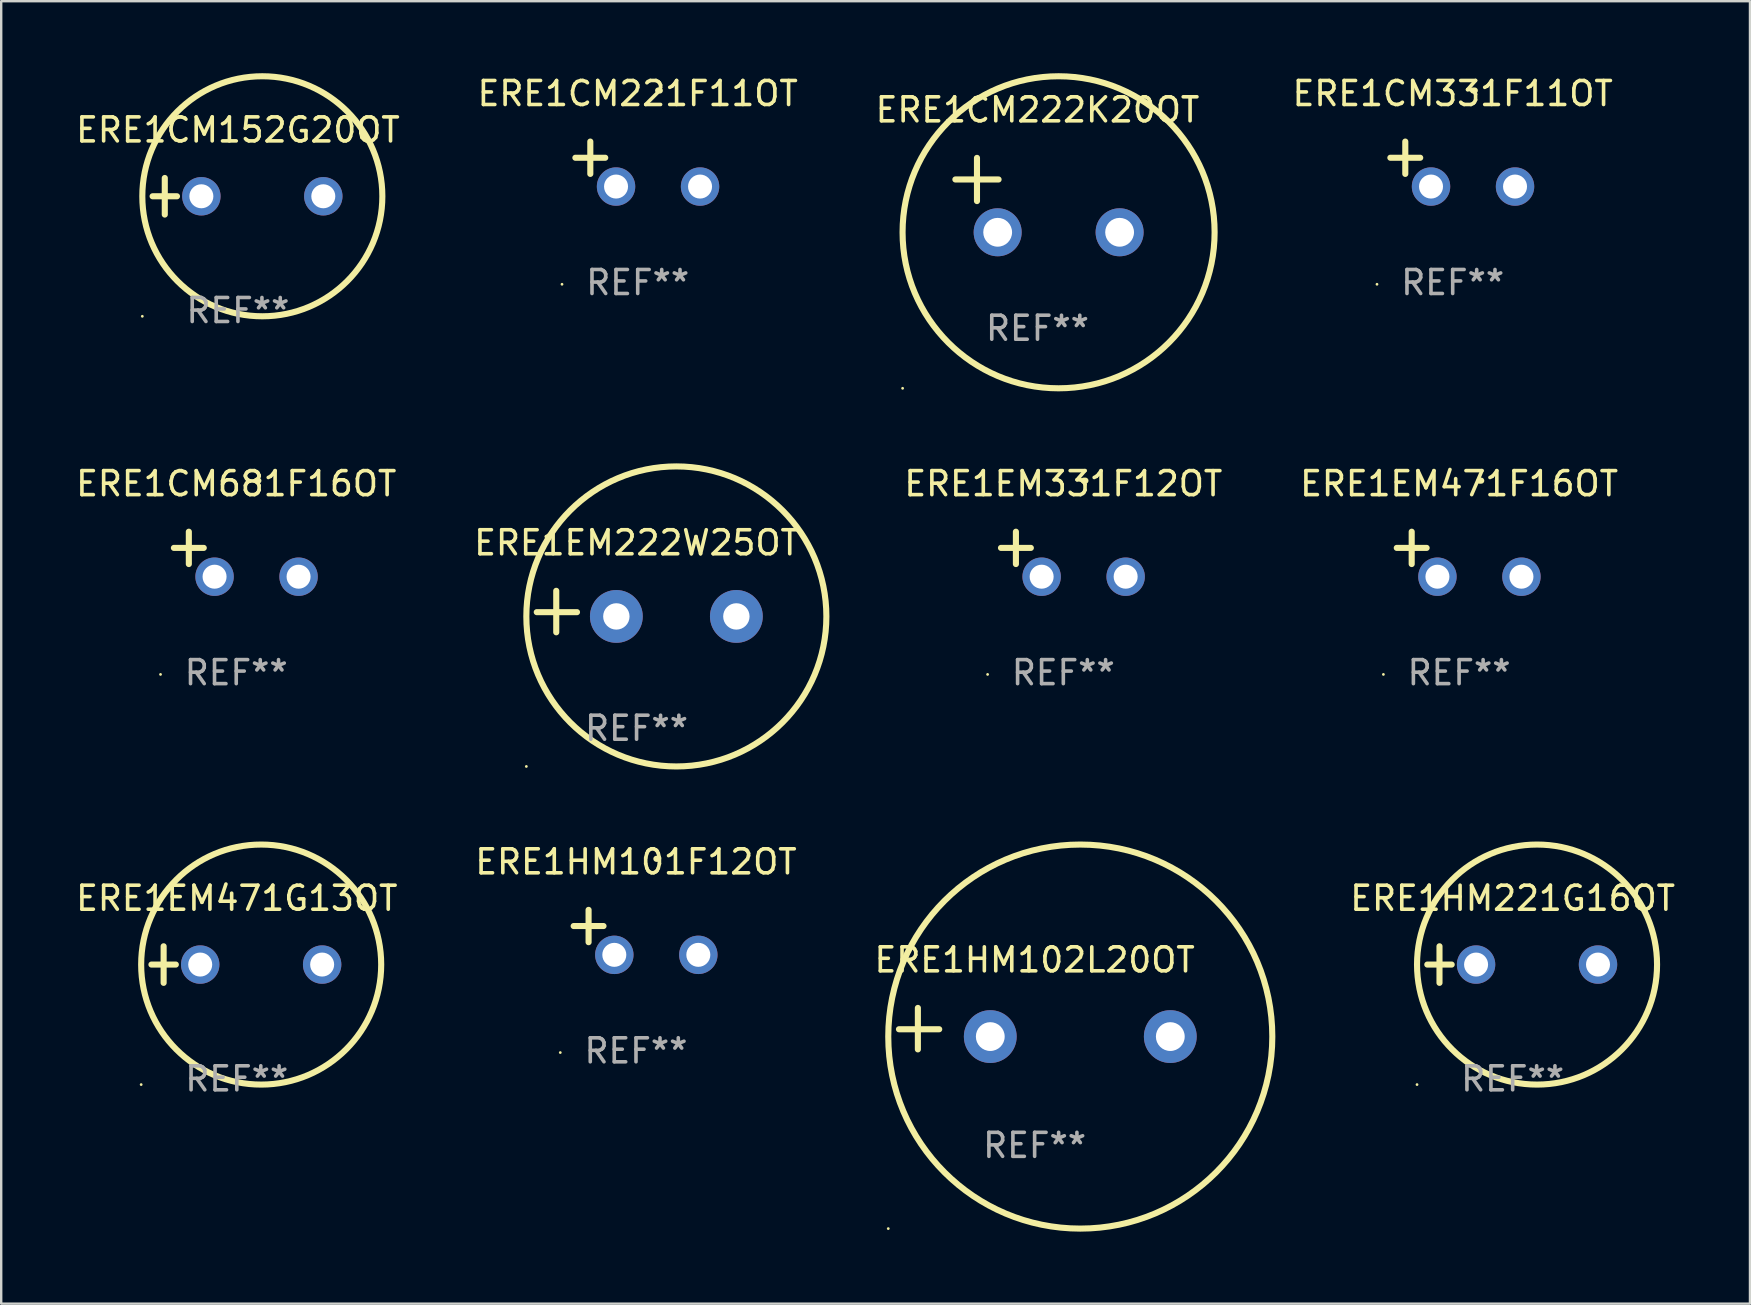
<source format=kicad_pcb>
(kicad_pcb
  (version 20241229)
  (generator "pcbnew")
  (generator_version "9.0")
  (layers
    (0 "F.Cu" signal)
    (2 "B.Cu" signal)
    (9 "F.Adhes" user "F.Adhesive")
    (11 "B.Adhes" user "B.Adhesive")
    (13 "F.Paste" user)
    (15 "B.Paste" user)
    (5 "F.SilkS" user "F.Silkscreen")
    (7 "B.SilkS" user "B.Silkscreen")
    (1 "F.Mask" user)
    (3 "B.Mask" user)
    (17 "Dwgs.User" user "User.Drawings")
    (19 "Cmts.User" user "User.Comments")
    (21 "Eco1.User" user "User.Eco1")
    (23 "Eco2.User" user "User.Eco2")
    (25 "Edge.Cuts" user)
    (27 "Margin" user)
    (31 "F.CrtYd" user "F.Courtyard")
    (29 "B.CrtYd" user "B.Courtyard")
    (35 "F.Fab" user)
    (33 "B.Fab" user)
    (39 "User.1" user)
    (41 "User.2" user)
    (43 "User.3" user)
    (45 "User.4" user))
  (footprint "ERE1CM331F11OT"
    (layer "F.Cu")
    (at 57.471 3.785)
    (property "Reference" "ERE1CM331F11OT" (at 0 -2.937 0) (layer "F.SilkS") (effects (font (size 1 1) (thickness 0.15))))
    (attr through_hole)
    (fp_line (start -1.975 0.41) (end -1.975 -0.937) (stroke (width 0.254) (type solid)) (layer "F.SilkS"))
    (fp_line (start -1.353 -0.263) (end -2.597 -0.263) (stroke (width 0.254) (type solid)) (layer "F.SilkS"))
    (fp_arc (start 0.849809 -3.063957) (mid 0.885369 -3.064114) (end 0.920929 -3.063957) (stroke (width 0.254001) (type solid)) (layer "F.SilkS"))
    (fp_circle (center -3.154 5.008) (end -3.124 5.008) (stroke (width 0.06) (type solid)) (fill no) (layer "F.SilkS"))
    (fp_text user "REF**" (at 0 4.937 0) (layer "F.Fab") (effects (font (size 1 1) (thickness 0.15))))
    (pad "1" thru_hole circle (at -0.903 0.937) (size 1.6 1.6) (drill 1) (layers "*.Cu" "*.Mask"))
    (pad "2" thru_hole circle (at 2.597 0.937) (size 1.6 1.6) (drill 1) (layers "*.Cu" "*.Mask")))
  (footprint "ERE1HM101F12OT"
    (layer "F.Cu")
    (at 23.446 35.793)
    (property "Reference" "ERE1HM101F12OT" (at 0 -2.937 0) (layer "F.SilkS") (effects (font (size 1 1) (thickness 0.15))))
    (attr through_hole)
    (fp_line (start -1.975 0.41) (end -1.975 -0.937) (stroke (width 0.254) (type solid)) (layer "F.SilkS"))
    (fp_line (start -1.353 -0.263) (end -2.597 -0.263) (stroke (width 0.254) (type solid)) (layer "F.SilkS"))
    (fp_arc (start 0.849809 -3.063957) (mid 0.885369 -3.064114) (end 0.920929 -3.063957) (stroke (width 0.254001) (type solid)) (layer "F.SilkS"))
    (fp_circle (center -3.154 5.008) (end -3.124 5.008) (stroke (width 0.06) (type solid)) (fill no) (layer "F.SilkS"))
    (fp_text user "REF**" (at 0 4.937 0) (layer "F.Fab") (effects (font (size 1 1) (thickness 0.15))))
    (pad "1" thru_hole circle (at -0.903 0.937) (size 1.6 1.6) (drill 1) (layers "*.Cu" "*.Mask"))
    (pad "2" thru_hole circle (at 2.597 0.937) (size 1.6 1.6) (drill 1) (layers "*.Cu" "*.Mask")))
  (footprint "ERE1CM221F11OT"
    (layer "F.Cu")
    (at 23.518 3.785)
    (property "Reference" "ERE1CM221F11OT" (at 0 -2.937 0) (layer "F.SilkS") (effects (font (size 1 1) (thickness 0.15))))
    (attr through_hole)
    (fp_line (start -1.975 0.41) (end -1.975 -0.937) (stroke (width 0.254) (type solid)) (layer "F.SilkS"))
    (fp_line (start -1.353 -0.263) (end -2.597 -0.263) (stroke (width 0.254) (type solid)) (layer "F.SilkS"))
    (fp_arc (start 0.849809 -3.063957) (mid 0.885369 -3.064114) (end 0.920929 -3.063957) (stroke (width 0.254001) (type solid)) (layer "F.SilkS"))
    (fp_circle (center -3.154 5.008) (end -3.124 5.008) (stroke (width 0.06) (type solid)) (fill no) (layer "F.SilkS"))
    (fp_text user "REF**" (at 0 4.937 0) (layer "F.Fab") (effects (font (size 1 1) (thickness 0.15))))
    (pad "1" thru_hole circle (at -0.903 0.937) (size 1.6 1.6) (drill 1) (layers "*.Cu" "*.Mask"))
    (pad "2" thru_hole circle (at 2.597 0.937) (size 1.6 1.6) (drill 1) (layers "*.Cu" "*.Mask")))
  (footprint "ERE1CM222K20OT"
    (layer "F.Cu")
    (at 40.173 5.077)
    (property "Reference" "ERE1CM222K20OT" (at 0 -3.55 0) (layer "F.SilkS") (effects (font (size 1 1) (thickness 0.15))))
    (attr through_hole)
    (fp_line (start -3.421 -0.65) (end -1.621 -0.65) (stroke (width 0.254) (type solid)) (layer "F.SilkS"))
    (fp_line (start -2.521 -1.55) (end -2.521 0.25) (stroke (width 0.254) (type solid)) (layer "F.SilkS"))
    (fp_circle (center -5.619 8.05) (end -5.589 8.05) (stroke (width 0.06) (type solid)) (fill no) (layer "F.SilkS"))
    (fp_circle (center 0.879 1.55) (end 7.379 1.55) (stroke (width 0.254) (type solid)) (fill no) (layer "F.SilkS"))
    (fp_text user "REF**" (at 0 5.55 0) (layer "F.Fab") (effects (font (size 1 1) (thickness 0.15))))
    (pad "1" thru_hole circle (at -1.659 1.55) (size 2 2) (drill 1.2) (layers "*.Cu" "*.Mask"))
    (pad "2" thru_hole circle (at 3.421 1.55) (size 2 2) (drill 1.2) (layers "*.Cu" "*.Mask")))
  (footprint "ERE1EM471F16OT"
    (layer "F.Cu")
    (at 57.738 20.039)
    (property "Reference" "ERE1EM471F16OT" (at 0 -2.937 0) (layer "F.SilkS") (effects (font (size 1 1) (thickness 0.15))))
    (attr through_hole)
    (fp_line (start -1.975 0.41) (end -1.975 -0.937) (stroke (width 0.254) (type solid)) (layer "F.SilkS"))
    (fp_line (start -1.353 -0.263) (end -2.597 -0.263) (stroke (width 0.254) (type solid)) (layer "F.SilkS"))
    (fp_arc (start 0.849809 -3.063957) (mid 0.885369 -3.064114) (end 0.920929 -3.063957) (stroke (width 0.254001) (type solid)) (layer "F.SilkS"))
    (fp_circle (center -3.154 5.008) (end -3.124 5.008) (stroke (width 0.06) (type solid)) (fill no) (layer "F.SilkS"))
    (fp_text user "REF**" (at 0 4.937 0) (layer "F.Fab") (effects (font (size 1 1) (thickness 0.15))))
    (pad "1" thru_hole circle (at -0.903 0.937) (size 1.6 1.6) (drill 1) (layers "*.Cu" "*.Mask"))
    (pad "2" thru_hole circle (at 2.597 0.937) (size 1.6 1.6) (drill 1) (layers "*.Cu" "*.Mask")))
  (footprint "ERE1HM102L20OT"
    (layer "F.Cu")
    (at 40.054 39.805)
    (property "Reference" "ERE1HM102L20OT" (at 0 -2.864 0) (layer "F.SilkS") (effects (font (size 1 1) (thickness 0.15))))
    (attr through_hole)
    (fp_line (start -4.864 0.864) (end -4.864 -0.864) (stroke (width 0.254) (type solid)) (layer "F.SilkS"))
    (fp_line (start -3.975 0.025) (end -5.652 0.025) (stroke (width 0.254) (type solid)) (layer "F.SilkS"))
    (fp_circle (center -6.098 8.33) (end -6.068 8.33) (stroke (width 0.06) (type solid)) (fill no) (layer "F.SilkS"))
    (fp_circle (center 1.902 0.33) (end 9.902 0.33) (stroke (width 0.254) (type solid)) (fill no) (layer "F.SilkS"))
    (fp_text user "REF**" (at 0 4.864 0) (layer "F.Fab") (effects (font (size 1 1) (thickness 0.15))))
    (pad "1" thru_hole circle (at -1.848 0.33) (size 2.2 2.2) (drill 1.2) (layers "*.Cu" "*.Mask"))
    (pad "2" thru_hole circle (at 5.652 0.33) (size 2.2 2.2) (drill 1.2) (layers "*.Cu" "*.Mask")))
  (footprint "ERE1EM471G13OT"
    (layer "F.Cu")
    (at 6.815 37.135)
    (property "Reference" "ERE1EM471G13OT" (at 0 -2.762 0) (layer "F.SilkS") (effects (font (size 1 1) (thickness 0.15))))
    (attr through_hole)
    (fp_line (start -3.556 0) (end -2.54 0) (stroke (width 0.254) (type solid)) (layer "F.SilkS"))
    (fp_line (start -3.048 -0.762) (end -3.048 0.762) (stroke (width 0.254) (type solid)) (layer "F.SilkS"))
    (fp_circle (center -3.984 5) (end -3.954 5) (stroke (width 0.06) (type solid)) (fill no) (layer "F.SilkS"))
    (fp_circle (center 1.016 0) (end 6.016 0) (stroke (width 0.254) (type solid)) (fill no) (layer "F.SilkS"))
    (fp_text user "REF**" (at 0 4.762 0) (layer "F.Fab") (effects (font (size 1 1) (thickness 0.15))))
    (pad "1" thru_hole circle (at -1.524 0) (size 1.6 1.6) (drill 1) (layers "*.Cu" "*.Mask"))
    (pad "2" thru_hole circle (at 3.556 0) (size 1.6 1.6) (drill 1) (layers "*.Cu" "*.Mask")))
  (footprint "ERE1EM331F12OT"
    (layer "F.Cu")
    (at 41.249 20.039)
    (property "Reference" "ERE1EM331F12OT" (at 0 -2.937 0) (layer "F.SilkS") (effects (font (size 1 1) (thickness 0.15))))
    (attr through_hole)
    (fp_line (start -1.975 0.41) (end -1.975 -0.937) (stroke (width 0.254) (type solid)) (layer "F.SilkS"))
    (fp_line (start -1.353 -0.263) (end -2.597 -0.263) (stroke (width 0.254) (type solid)) (layer "F.SilkS"))
    (fp_arc (start 0.849809 -3.063957) (mid 0.885369 -3.064114) (end 0.920929 -3.063957) (stroke (width 0.254001) (type solid)) (layer "F.SilkS"))
    (fp_circle (center -3.154 5.008) (end -3.124 5.008) (stroke (width 0.06) (type solid)) (fill no) (layer "F.SilkS"))
    (fp_text user "REF**" (at 0 4.937 0) (layer "F.Fab") (effects (font (size 1 1) (thickness 0.15))))
    (pad "1" thru_hole circle (at -0.903 0.937) (size 1.6 1.6) (drill 1) (layers "*.Cu" "*.Mask"))
    (pad "2" thru_hole circle (at 2.597 0.937) (size 1.6 1.6) (drill 1) (layers "*.Cu" "*.Mask")))
  (footprint "ERE1CM681F16OT"
    (layer "F.Cu")
    (at 6.792 20.039)
    (property "Reference" "ERE1CM681F16OT" (at 0 -2.937 0) (layer "F.SilkS") (effects (font (size 1 1) (thickness 0.15))))
    (attr through_hole)
    (fp_line (start -1.975 0.41) (end -1.975 -0.937) (stroke (width 0.254) (type solid)) (layer "F.SilkS"))
    (fp_line (start -1.353 -0.263) (end -2.597 -0.263) (stroke (width 0.254) (type solid)) (layer "F.SilkS"))
    (fp_arc (start 0.849809 -3.063957) (mid 0.885369 -3.064114) (end 0.920929 -3.063957) (stroke (width 0.254001) (type solid)) (layer "F.SilkS"))
    (fp_circle (center -3.154 5.008) (end -3.124 5.008) (stroke (width 0.06) (type solid)) (fill no) (layer "F.SilkS"))
    (fp_text user "REF**" (at 0 4.937 0) (layer "F.Fab") (effects (font (size 1 1) (thickness 0.15))))
    (pad "1" thru_hole circle (at -0.903 0.937) (size 1.6 1.6) (drill 1) (layers "*.Cu" "*.Mask"))
    (pad "2" thru_hole circle (at 2.597 0.937) (size 1.6 1.6) (drill 1) (layers "*.Cu" "*.Mask")))
  (footprint "ERE1HM221G16OT"
    (layer "F.Cu")
    (at 59.969 37.135)
    (property "Reference" "ERE1HM221G16OT" (at 0 -2.762 0) (layer "F.SilkS") (effects (font (size 1 1) (thickness 0.15))))
    (attr through_hole)
    (fp_line (start -3.556 0) (end -2.54 0) (stroke (width 0.254) (type solid)) (layer "F.SilkS"))
    (fp_line (start -3.048 -0.762) (end -3.048 0.762) (stroke (width 0.254) (type solid)) (layer "F.SilkS"))
    (fp_circle (center -3.984 5) (end -3.954 5) (stroke (width 0.06) (type solid)) (fill no) (layer "F.SilkS"))
    (fp_circle (center 1.016 0) (end 6.016 0) (stroke (width 0.254) (type solid)) (fill no) (layer "F.SilkS"))
    (fp_text user "REF**" (at 0 4.762 0) (layer "F.Fab") (effects (font (size 1 1) (thickness 0.15))))
    (pad "1" thru_hole circle (at -1.524 0) (size 1.6 1.6) (drill 1) (layers "*.Cu" "*.Mask"))
    (pad "2" thru_hole circle (at 3.556 0) (size 1.6 1.6) (drill 1) (layers "*.Cu" "*.Mask")))
  (footprint "ERE1EM222W25OT"
    (layer "F.Cu")
    (at 23.47 22.428)
    (property "Reference" "ERE1EM222W25OT" (at 0 -2.864 0) (layer "F.SilkS") (effects (font (size 1 1) (thickness 0.15))))
    (attr through_hole)
    (fp_line (start -3.346 0.864) (end -3.346 -0.864) (stroke (width 0.254) (type solid)) (layer "F.SilkS"))
    (fp_line (start -2.482 0.025) (end -4.158 0.025) (stroke (width 0.254) (type solid)) (layer "F.SilkS"))
    (fp_circle (center -4.592 6.453) (end -4.562 6.453) (stroke (width 0.06) (type solid)) (fill no) (layer "F.SilkS"))
    (fp_circle (center 1.658 0.203) (end 7.908 0.203) (stroke (width 0.254) (type solid)) (fill no) (layer "F.SilkS"))
    (fp_text user "REF**" (at 0 4.864 0) (layer "F.Fab") (effects (font (size 1 1) (thickness 0.15))))
    (pad "1" thru_hole circle (at -0.842 0.203) (size 2.2 2.2) (drill 1.1) (layers "*.Cu" "*.Mask"))
    (pad "2" thru_hole circle (at 4.158 0.203) (size 2.2 2.2) (drill 1.1) (layers "*.Cu" "*.Mask")))
  (footprint "ERE1CM152G20OT"
    (layer "F.Cu")
    (at 6.863 5.127)
    (property "Reference" "ERE1CM152G20OT" (at 0 -2.762 0) (layer "F.SilkS") (effects (font (size 1 1) (thickness 0.15))))
    (attr through_hole)
    (fp_line (start -3.556 0) (end -2.54 0) (stroke (width 0.254) (type solid)) (layer "F.SilkS"))
    (fp_line (start -3.048 -0.762) (end -3.048 0.762) (stroke (width 0.254) (type solid)) (layer "F.SilkS"))
    (fp_circle (center -3.984 5) (end -3.954 5) (stroke (width 0.06) (type solid)) (fill no) (layer "F.SilkS"))
    (fp_circle (center 1.016 0) (end 6.016 0) (stroke (width 0.254) (type solid)) (fill no) (layer "F.SilkS"))
    (fp_text user "REF**" (at 0 4.762 0) (layer "F.Fab") (effects (font (size 1 1) (thickness 0.15))))
    (pad "1" thru_hole circle (at -1.524 0) (size 1.6 1.6) (drill 1) (layers "*.Cu" "*.Mask"))
    (pad "2" thru_hole circle (at 3.556 0) (size 1.6 1.6) (drill 1) (layers "*.Cu" "*.Mask")))
  (gr_rect
    (start -3 -3)
    (end 69.856 51.262)
    (stroke (width 0.1) (type default))
    (fill no)
    (layer "Edge.Cuts")))
</source>
